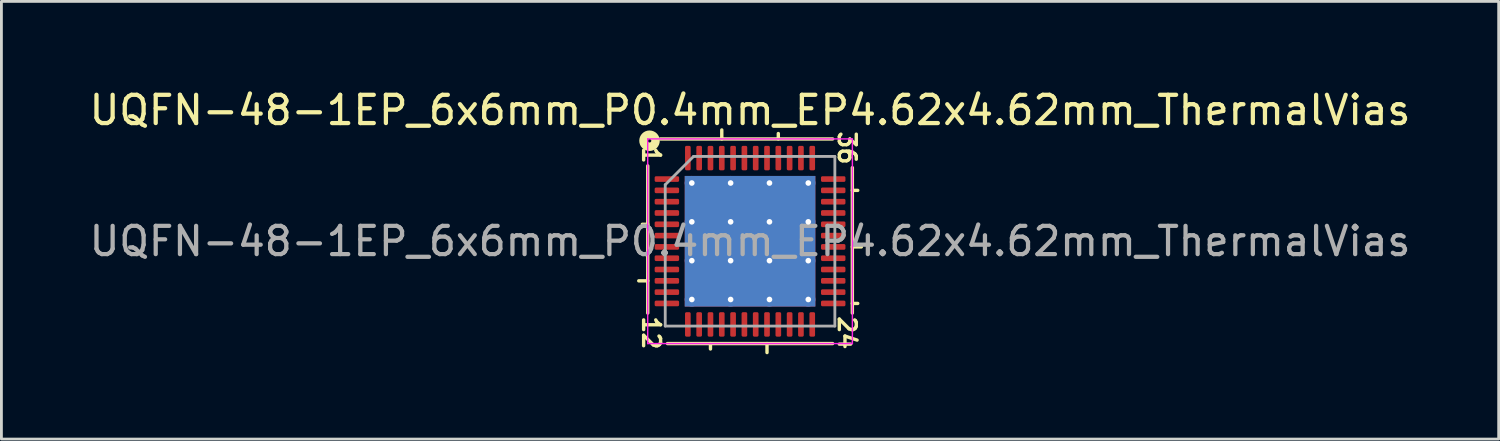
<source format=kicad_pcb>
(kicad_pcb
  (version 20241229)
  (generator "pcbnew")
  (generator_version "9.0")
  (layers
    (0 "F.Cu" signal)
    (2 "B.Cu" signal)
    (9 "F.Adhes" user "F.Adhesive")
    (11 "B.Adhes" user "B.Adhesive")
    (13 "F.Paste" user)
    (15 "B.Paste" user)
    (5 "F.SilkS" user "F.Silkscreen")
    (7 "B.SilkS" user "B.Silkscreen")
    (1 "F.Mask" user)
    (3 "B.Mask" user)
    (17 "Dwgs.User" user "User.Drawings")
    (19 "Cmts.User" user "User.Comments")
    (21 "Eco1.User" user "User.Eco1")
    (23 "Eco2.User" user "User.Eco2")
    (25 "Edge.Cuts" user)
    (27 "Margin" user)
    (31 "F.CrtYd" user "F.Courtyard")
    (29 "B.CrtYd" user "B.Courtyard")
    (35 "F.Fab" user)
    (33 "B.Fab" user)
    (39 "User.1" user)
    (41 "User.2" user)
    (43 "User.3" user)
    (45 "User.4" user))
  (footprint "UQFN-48-1EP_6x6mm_P0.4mm_EP4.62x4.62mm_ThermalVias"
    (layer "F.Cu")
    (at 23.482 5.484)
    (property "Reference" "UQFN-48-1EP_6x6mm_P0.4mm_EP4.62x4.62mm_ThermalVias" (at 0 -4.636 0) (layer "F.SilkS") (effects (font (size 1 1) (thickness 0.15))))
    (attr smd)
    (fp_line (start -3.619 -2.667) (end -3.619 2.54) (stroke (width 0.12) (type solid)) (layer "F.SilkS"))
    (fp_line (start -3.619 -0.6) (end -3.81 -0.6) (stroke (width 0.12) (type solid)) (layer "F.SilkS"))
    (fp_line (start -3.619 1.4) (end -3.937 1.4) (stroke (width 0.12) (type solid)) (layer "F.SilkS"))
    (fp_line (start -2.921 3.619) (end 2.921 3.619) (stroke (width 0.12) (type solid)) (layer "F.SilkS"))
    (fp_line (start -1.4 3.81) (end -1.4 3.619) (stroke (width 0.12) (type solid)) (layer "F.SilkS"))
    (fp_line (start -1 -3.619) (end -1 -3.937) (stroke (width 0.12) (type solid)) (layer "F.SilkS"))
    (fp_line (start 0.6 3.619) (end 0.6 3.937) (stroke (width 0.12) (type solid)) (layer "F.SilkS"))
    (fp_line (start 1 -3.619) (end 1 -3.81) (stroke (width 0.12) (type solid)) (layer "F.SilkS"))
    (fp_line (start 2.921 -3.619) (end -3.175 -3.619) (stroke (width 0.12) (type solid)) (layer "F.SilkS"))
    (fp_line (start 3.619 -1.8) (end 3.81 -1.8) (stroke (width 0.12) (type solid)) (layer "F.SilkS"))
    (fp_line (start 3.619 0.2) (end 3.937 0.2) (stroke (width 0.12) (type solid)) (layer "F.SilkS"))
    (fp_line (start 3.619 2.2) (end 3.81 2.2) (stroke (width 0.12) (type solid)) (layer "F.SilkS"))
    (fp_line (start 3.619 2.54) (end 3.619 -2.603) (stroke (width 0.12) (type solid)) (layer "F.SilkS"))
    (fp_circle (center -3.556 -3.556) (end -3.493 -3.556) (stroke (width 0.3) (type solid)) (fill no) (layer "F.SilkS"))
    (fp_line (start -3.62 -3.62) (end -3.62 3.62) (stroke (width 0.05) (type solid)) (layer "F.CrtYd"))
    (fp_line (start -3.62 3.62) (end 3.62 3.62) (stroke (width 0.05) (type solid)) (layer "F.CrtYd"))
    (fp_line (start 3.62 -3.62) (end -3.62 -3.62) (stroke (width 0.05) (type solid)) (layer "F.CrtYd"))
    (fp_line (start 3.62 3.62) (end 3.62 -3.62) (stroke (width 0.05) (type solid)) (layer "F.CrtYd"))
    (fp_line (start -3 -2) (end -2 -3) (stroke (width 0.1) (type solid)) (layer "F.Fab"))
    (fp_line (start -3 3) (end -3 -2) (stroke (width 0.1) (type solid)) (layer "F.Fab"))
    (fp_line (start -2 -3) (end 3 -3) (stroke (width 0.1) (type solid)) (layer "F.Fab"))
    (fp_line (start 3 -3) (end 3 3) (stroke (width 0.1) (type solid)) (layer "F.Fab"))
    (fp_line (start 3 3) (end -3 3) (stroke (width 0.1) (type solid)) (layer "F.Fab"))
    (fp_text user "12" (at -3.493 3.239 270) (unlocked yes) (layer "F.SilkS") (effects (font (size 0.6 0.6) (thickness 0.12))))
    (fp_text user "36" (at 3.429 -3.302 270) (unlocked yes) (layer "F.SilkS") (effects (font (size 0.6 0.6) (thickness 0.12))))
    (fp_text user "1" (at -3.493 -3.048 270) (unlocked yes) (layer "F.SilkS") (effects (font (size 0.6 0.6) (thickness 0.12))))
    (fp_text user "24" (at 3.429 3.239 270) (unlocked yes) (layer "F.SilkS") (effects (font (size 0.6 0.6) (thickness 0.12))))
    (fp_text user "${REFERENCE}" (at 0 0 0) (layer "F.Fab") (effects (font (size 1 1) (thickness 0.15))))
    (pad "" smd roundrect (at -1.373 -1.373) (size 1.193 1.193) (layers "F.Paste") (roundrect_rratio 0.21))
    (pad "" smd roundrect (at -1.373 0) (size 1.193 1.193) (layers "F.Paste") (roundrect_rratio 0.21))
    (pad "" smd roundrect (at -1.373 1.373) (size 1.193 1.193) (layers "F.Paste") (roundrect_rratio 0.21))
    (pad "" smd roundrect (at 0 -1.373) (size 1.193 1.193) (layers "F.Paste") (roundrect_rratio 0.21))
    (pad "" smd roundrect (at 0 0) (size 1.193 1.193) (layers "F.Paste") (roundrect_rratio 0.21))
    (pad "" smd roundrect (at 0 1.373) (size 1.193 1.193) (layers "F.Paste") (roundrect_rratio 0.21))
    (pad "" smd roundrect (at 1.373 -1.373) (size 1.193 1.193) (layers "F.Paste") (roundrect_rratio 0.21))
    (pad "" smd roundrect (at 1.373 0) (size 1.193 1.193) (layers "F.Paste") (roundrect_rratio 0.21))
    (pad "" smd roundrect (at 1.373 1.373) (size 1.193 1.193) (layers "F.Paste") (roundrect_rratio 0.21))
    (pad "1" smd roundrect (at -2.942 -2.2) (size 0.865 0.2) (layers "F.Cu" "F.Mask" "F.Paste") (roundrect_rratio 0.25))
    (pad "2" smd roundrect (at -2.942 -1.8) (size 0.865 0.2) (layers "F.Cu" "F.Mask" "F.Paste") (roundrect_rratio 0.25))
    (pad "3" smd roundrect (at -2.942 -1.4) (size 0.865 0.2) (layers "F.Cu" "F.Mask" "F.Paste") (roundrect_rratio 0.25))
    (pad "4" smd roundrect (at -2.942 -1) (size 0.865 0.2) (layers "F.Cu" "F.Mask" "F.Paste") (roundrect_rratio 0.25))
    (pad "5" smd roundrect (at -2.942 -0.6) (size 0.865 0.2) (layers "F.Cu" "F.Mask" "F.Paste") (roundrect_rratio 0.25))
    (pad "6" smd roundrect (at -2.942 -0.2) (size 0.865 0.2) (layers "F.Cu" "F.Mask" "F.Paste") (roundrect_rratio 0.25))
    (pad "7" smd roundrect (at -2.942 0.2) (size 0.865 0.2) (layers "F.Cu" "F.Mask" "F.Paste") (roundrect_rratio 0.25))
    (pad "8" smd roundrect (at -2.942 0.6) (size 0.865 0.2) (layers "F.Cu" "F.Mask" "F.Paste") (roundrect_rratio 0.25))
    (pad "9" smd roundrect (at -2.942 1) (size 0.865 0.2) (layers "F.Cu" "F.Mask" "F.Paste") (roundrect_rratio 0.25))
    (pad "10" smd roundrect (at -2.942 1.4) (size 0.865 0.2) (layers "F.Cu" "F.Mask" "F.Paste") (roundrect_rratio 0.25))
    (pad "11" smd roundrect (at -2.942 1.8) (size 0.865 0.2) (layers "F.Cu" "F.Mask" "F.Paste") (roundrect_rratio 0.25))
    (pad "12" smd roundrect (at -2.942 2.2) (size 0.865 0.2) (layers "F.Cu" "F.Mask" "F.Paste") (roundrect_rratio 0.25))
    (pad "13" smd roundrect (at -2.2 2.942) (size 0.2 0.865) (layers "F.Cu" "F.Mask" "F.Paste") (roundrect_rratio 0.25))
    (pad "14" smd roundrect (at -1.8 2.942) (size 0.2 0.865) (layers "F.Cu" "F.Mask" "F.Paste") (roundrect_rratio 0.25))
    (pad "15" smd roundrect (at -1.4 2.942) (size 0.2 0.865) (layers "F.Cu" "F.Mask" "F.Paste") (roundrect_rratio 0.25))
    (pad "16" smd roundrect (at -1 2.942) (size 0.2 0.865) (layers "F.Cu" "F.Mask" "F.Paste") (roundrect_rratio 0.25))
    (pad "17" smd roundrect (at -0.6 2.942) (size 0.2 0.865) (layers "F.Cu" "F.Mask" "F.Paste") (roundrect_rratio 0.25))
    (pad "18" smd roundrect (at -0.2 2.942) (size 0.2 0.865) (layers "F.Cu" "F.Mask" "F.Paste") (roundrect_rratio 0.25))
    (pad "19" smd roundrect (at 0.2 2.942) (size 0.2 0.865) (layers "F.Cu" "F.Mask" "F.Paste") (roundrect_rratio 0.25))
    (pad "20" smd roundrect (at 0.6 2.942) (size 0.2 0.865) (layers "F.Cu" "F.Mask" "F.Paste") (roundrect_rratio 0.25))
    (pad "21" smd roundrect (at 1 2.942) (size 0.2 0.865) (layers "F.Cu" "F.Mask" "F.Paste") (roundrect_rratio 0.25))
    (pad "22" smd roundrect (at 1.4 2.942) (size 0.2 0.865) (layers "F.Cu" "F.Mask" "F.Paste") (roundrect_rratio 0.25))
    (pad "23" smd roundrect (at 1.8 2.942) (size 0.2 0.865) (layers "F.Cu" "F.Mask" "F.Paste") (roundrect_rratio 0.25))
    (pad "24" smd roundrect (at 2.2 2.942) (size 0.2 0.865) (layers "F.Cu" "F.Mask" "F.Paste") (roundrect_rratio 0.25))
    (pad "25" smd roundrect (at 2.942 2.2) (size 0.865 0.2) (layers "F.Cu" "F.Mask" "F.Paste") (roundrect_rratio 0.25))
    (pad "26" smd roundrect (at 2.942 1.8) (size 0.865 0.2) (layers "F.Cu" "F.Mask" "F.Paste") (roundrect_rratio 0.25))
    (pad "27" smd roundrect (at 2.942 1.4) (size 0.865 0.2) (layers "F.Cu" "F.Mask" "F.Paste") (roundrect_rratio 0.25))
    (pad "28" smd roundrect (at 2.942 1) (size 0.865 0.2) (layers "F.Cu" "F.Mask" "F.Paste") (roundrect_rratio 0.25))
    (pad "29" smd roundrect (at 2.942 0.6) (size 0.865 0.2) (layers "F.Cu" "F.Mask" "F.Paste") (roundrect_rratio 0.25))
    (pad "30" smd roundrect (at 2.942 0.2) (size 0.865 0.2) (layers "F.Cu" "F.Mask" "F.Paste") (roundrect_rratio 0.25))
    (pad "31" smd roundrect (at 2.942 -0.2) (size 0.865 0.2) (layers "F.Cu" "F.Mask" "F.Paste") (roundrect_rratio 0.25))
    (pad "32" smd roundrect (at 2.942 -0.6) (size 0.865 0.2) (layers "F.Cu" "F.Mask" "F.Paste") (roundrect_rratio 0.25))
    (pad "33" smd roundrect (at 2.942 -1) (size 0.865 0.2) (layers "F.Cu" "F.Mask" "F.Paste") (roundrect_rratio 0.25))
    (pad "34" smd roundrect (at 2.942 -1.4) (size 0.865 0.2) (layers "F.Cu" "F.Mask" "F.Paste") (roundrect_rratio 0.25))
    (pad "35" smd roundrect (at 2.942 -1.8) (size 0.865 0.2) (layers "F.Cu" "F.Mask" "F.Paste") (roundrect_rratio 0.25))
    (pad "36" smd roundrect (at 2.942 -2.2) (size 0.865 0.2) (layers "F.Cu" "F.Mask" "F.Paste") (roundrect_rratio 0.25))
    (pad "37" smd roundrect (at 2.2 -2.942) (size 0.2 0.865) (layers "F.Cu" "F.Mask" "F.Paste") (roundrect_rratio 0.25))
    (pad "38" smd roundrect (at 1.8 -2.942) (size 0.2 0.865) (layers "F.Cu" "F.Mask" "F.Paste") (roundrect_rratio 0.25))
    (pad "39" smd roundrect (at 1.4 -2.942) (size 0.2 0.865) (layers "F.Cu" "F.Mask" "F.Paste") (roundrect_rratio 0.25))
    (pad "40" smd roundrect (at 1 -2.942) (size 0.2 0.865) (layers "F.Cu" "F.Mask" "F.Paste") (roundrect_rratio 0.25))
    (pad "41" smd roundrect (at 0.6 -2.942) (size 0.2 0.865) (layers "F.Cu" "F.Mask" "F.Paste") (roundrect_rratio 0.25))
    (pad "42" smd roundrect (at 0.2 -2.942) (size 0.2 0.865) (layers "F.Cu" "F.Mask" "F.Paste") (roundrect_rratio 0.25))
    (pad "43" smd roundrect (at -0.2 -2.942) (size 0.2 0.865) (layers "F.Cu" "F.Mask" "F.Paste") (roundrect_rratio 0.25))
    (pad "44" smd roundrect (at -0.6 -2.942) (size 0.2 0.865) (layers "F.Cu" "F.Mask" "F.Paste") (roundrect_rratio 0.25))
    (pad "45" smd roundrect (at -1 -2.942) (size 0.2 0.865) (layers "F.Cu" "F.Mask" "F.Paste") (roundrect_rratio 0.25))
    (pad "46" smd roundrect (at -1.4 -2.942) (size 0.2 0.865) (layers "F.Cu" "F.Mask" "F.Paste") (roundrect_rratio 0.25))
    (pad "47" smd roundrect (at -1.8 -2.942) (size 0.2 0.865) (layers "F.Cu" "F.Mask" "F.Paste") (roundrect_rratio 0.25))
    (pad "48" smd roundrect (at -2.2 -2.942) (size 0.2 0.865) (layers "F.Cu" "F.Mask" "F.Paste") (roundrect_rratio 0.25))
    (pad "49" thru_hole circle (at -2.06 -2.06) (size 0.5 0.5) (drill 0.2) (layers "*.Cu"))
    (pad "49" thru_hole circle (at -2.06 -0.687) (size 0.5 0.5) (drill 0.2) (layers "*.Cu"))
    (pad "49" thru_hole circle (at -2.06 0.687) (size 0.5 0.5) (drill 0.2) (layers "*.Cu"))
    (pad "49" thru_hole circle (at -2.06 2.06) (size 0.5 0.5) (drill 0.2) (layers "*.Cu"))
    (pad "49" thru_hole circle (at -0.687 -2.06) (size 0.5 0.5) (drill 0.2) (layers "*.Cu"))
    (pad "49" thru_hole circle (at -0.687 -0.687) (size 0.5 0.5) (drill 0.2) (layers "*.Cu"))
    (pad "49" thru_hole circle (at -0.687 0.687) (size 0.5 0.5) (drill 0.2) (layers "*.Cu"))
    (pad "49" thru_hole circle (at -0.687 2.06) (size 0.5 0.5) (drill 0.2) (layers "*.Cu"))
    (pad "49" smd rect (at 0 0) (size 4.62 4.62) (layers "F.Cu" "F.Mask"))
    (pad "49" smd rect (at 0 0) (size 4.62 4.62) (layers "B.Cu"))
    (pad "49" thru_hole circle (at 0.687 -2.06) (size 0.5 0.5) (drill 0.2) (layers "*.Cu"))
    (pad "49" thru_hole circle (at 0.687 -0.687) (size 0.5 0.5) (drill 0.2) (layers "*.Cu"))
    (pad "49" thru_hole circle (at 0.687 0.687) (size 0.5 0.5) (drill 0.2) (layers "*.Cu"))
    (pad "49" thru_hole circle (at 0.687 2.06) (size 0.5 0.5) (drill 0.2) (layers "*.Cu"))
    (pad "49" thru_hole circle (at 2.06 -2.06) (size 0.5 0.5) (drill 0.2) (layers "*.Cu"))
    (pad "49" thru_hole circle (at 2.06 -0.687) (size 0.5 0.5) (drill 0.2) (layers "*.Cu"))
    (pad "49" thru_hole circle (at 2.06 0.687) (size 0.5 0.5) (drill 0.2) (layers "*.Cu"))
    (pad "49" thru_hole circle (at 2.06 2.06) (size 0.5 0.5) (drill 0.2) (layers "*.Cu")))
  (gr_rect
    (start -3 -3)
    (end 49.964 12.481)
    (stroke (width 0.1) (type default))
    (fill no)
    (layer "Edge.Cuts")))
</source>
